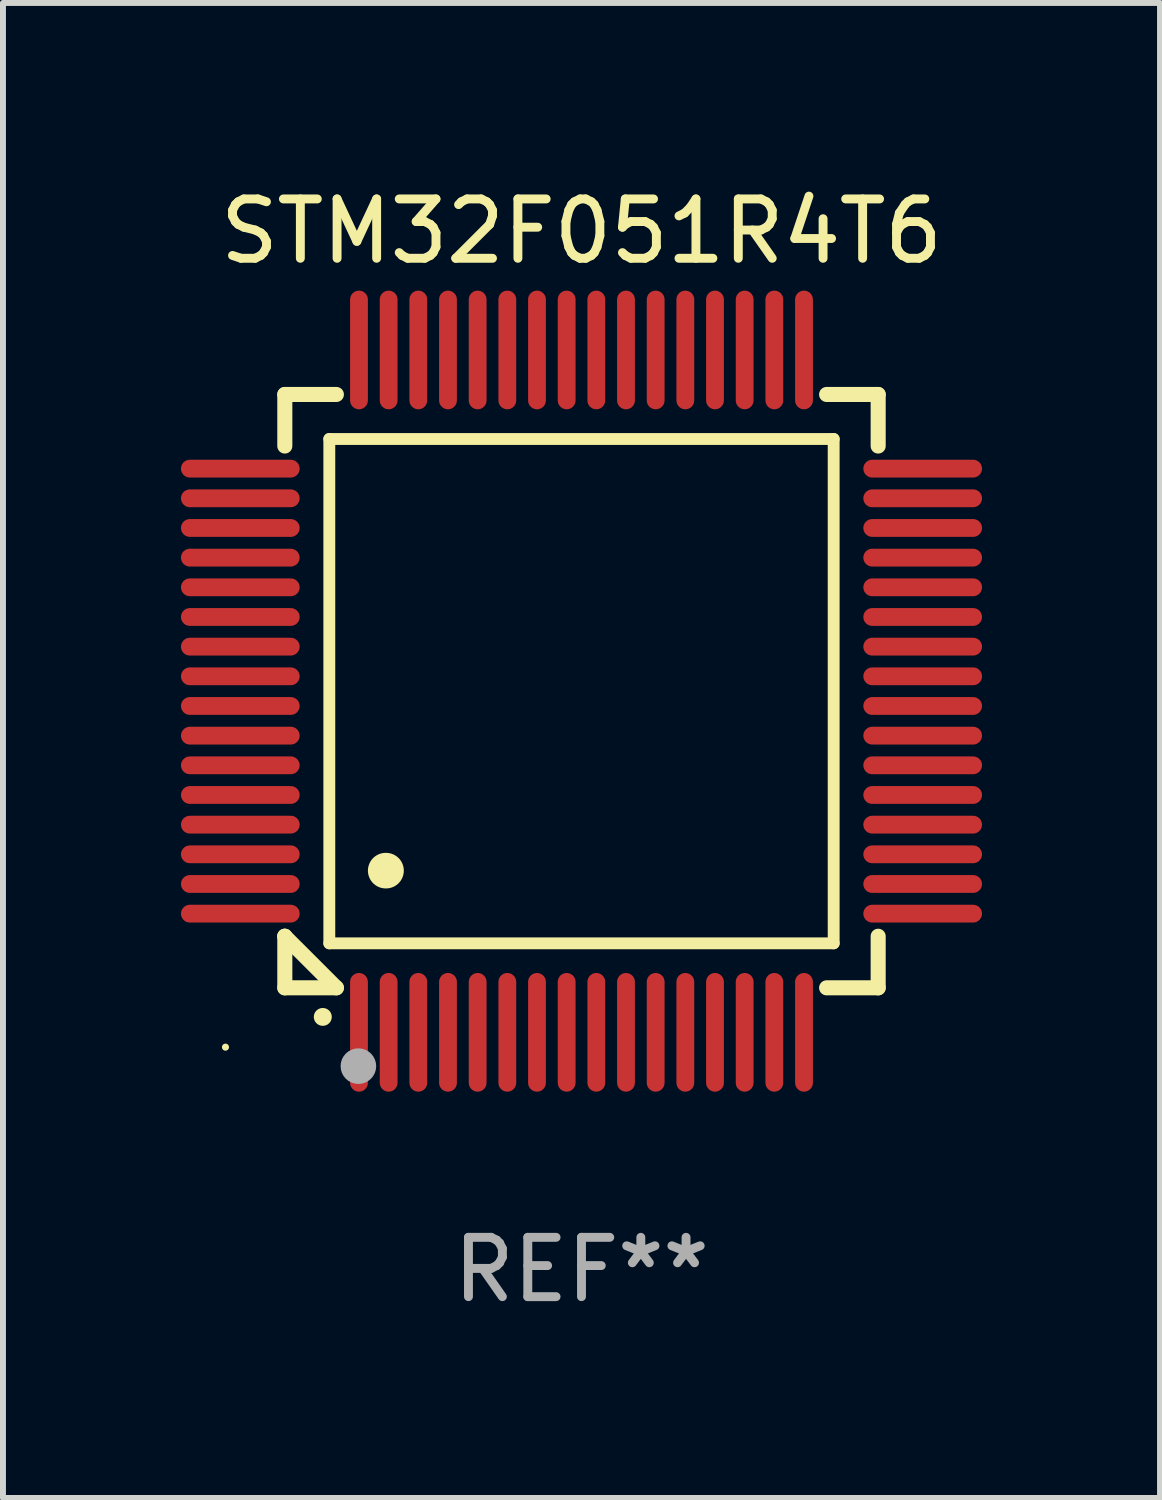
<source format=kicad_pcb>
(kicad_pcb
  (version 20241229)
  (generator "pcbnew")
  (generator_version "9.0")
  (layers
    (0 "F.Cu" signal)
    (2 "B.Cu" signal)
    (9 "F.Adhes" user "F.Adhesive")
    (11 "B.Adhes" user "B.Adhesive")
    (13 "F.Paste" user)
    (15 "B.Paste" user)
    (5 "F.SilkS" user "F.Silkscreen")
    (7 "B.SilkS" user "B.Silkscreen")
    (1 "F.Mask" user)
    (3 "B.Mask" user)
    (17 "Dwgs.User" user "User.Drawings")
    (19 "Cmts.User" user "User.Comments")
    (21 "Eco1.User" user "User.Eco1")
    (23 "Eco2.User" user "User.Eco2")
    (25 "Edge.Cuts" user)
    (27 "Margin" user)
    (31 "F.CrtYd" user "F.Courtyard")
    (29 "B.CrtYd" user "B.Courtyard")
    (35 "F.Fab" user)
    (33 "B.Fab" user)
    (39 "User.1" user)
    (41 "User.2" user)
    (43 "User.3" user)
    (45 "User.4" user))
  (footprint "STM32F051R4T6"
    (layer "F.Cu")
    (at 6.75 8.598)
    (property "Reference" "STM32F051R4T6" (at 0 -7.75 0) (layer "F.SilkS") (effects (font (size 1 1) (thickness 0.15))))
    (attr through_hole)
    (fp_line (start -5 -5) (end -4.131 -5) (stroke (width 0.254) (type solid)) (layer "F.SilkS"))
    (fp_line (start -5 -4.131) (end -5 -5) (stroke (width 0.254) (type solid)) (layer "F.SilkS"))
    (fp_line (start -5 4.131) (end -5 4.131) (stroke (width 0.254) (type solid)) (layer "F.SilkS"))
    (fp_line (start -5 5) (end -5 4.131) (stroke (width 0.254) (type solid)) (layer "F.SilkS"))
    (fp_line (start -5 4.131) (end -4.131 5) (stroke (width 0.254) (type solid)) (layer "F.SilkS"))
    (fp_line (start -4.25 -4.25) (end -4.25 4.25) (stroke (width 0.2) (type solid)) (layer "F.SilkS"))
    (fp_line (start -4.25 4.25) (end 4.25 4.25) (stroke (width 0.2) (type solid)) (layer "F.SilkS"))
    (fp_line (start -4.131 5) (end -5 5) (stroke (width 0.254) (type solid)) (layer "F.SilkS"))
    (fp_line (start 4.25 -4.25) (end -4.25 -4.25) (stroke (width 0.2) (type solid)) (layer "F.SilkS"))
    (fp_line (start 4.25 4.25) (end 4.25 -4.25) (stroke (width 0.2) (type solid)) (layer "F.SilkS"))
    (fp_line (start 5 -5) (end 4.131 -5) (stroke (width 0.254) (type solid)) (layer "F.SilkS"))
    (fp_line (start 5 -5) (end 5 -4.131) (stroke (width 0.254) (type solid)) (layer "F.SilkS"))
    (fp_line (start 5 4.131) (end 5 5) (stroke (width 0.254) (type solid)) (layer "F.SilkS"))
    (fp_line (start 5 5) (end 4.131 5) (stroke (width 0.254) (type solid)) (layer "F.SilkS"))
    (fp_arc (start -4.361265 5.489992) (mid -4.359995 5.489987) (end -4.358725 5.489992) (stroke (width 0.3) (type solid)) (layer "F.SilkS"))
    (fp_arc (start -3.299467 3.025146) (mid -3.296927 3.025135) (end -3.294387 3.025146) (stroke (width 0.6) (type solid)) (layer "F.SilkS"))
    (fp_circle (center -6 6) (end -5.97 6) (stroke (width 0.06) (type solid)) (fill no) (layer "F.SilkS"))
    (fp_circle (center -3.76 6.32) (end -3.61 6.32) (stroke (width 0.3) (type solid)) (fill no) (layer "F.Fab"))
    (fp_text user "REF**" (at 0 9.75 0) (layer "F.Fab") (effects (font (size 1 1) (thickness 0.15))))
    (pad "1" smd oval (at -3.75 5.75) (size 0.3 2) (layers "F.Cu" "F.Mask" "F.Paste"))
    (pad "2" smd oval (at -3.25 5.75) (size 0.3 2) (layers "F.Cu" "F.Mask" "F.Paste"))
    (pad "3" smd oval (at -2.75 5.75) (size 0.3 2) (layers "F.Cu" "F.Mask" "F.Paste"))
    (pad "4" smd oval (at -2.25 5.75) (size 0.3 2) (layers "F.Cu" "F.Mask" "F.Paste"))
    (pad "5" smd oval (at -1.75 5.75) (size 0.3 2) (layers "F.Cu" "F.Mask" "F.Paste"))
    (pad "6" smd oval (at -1.25 5.75) (size 0.3 2) (layers "F.Cu" "F.Mask" "F.Paste"))
    (pad "7" smd oval (at -0.75 5.75) (size 0.3 2) (layers "F.Cu" "F.Mask" "F.Paste"))
    (pad "8" smd oval (at -0.25 5.75) (size 0.3 2) (layers "F.Cu" "F.Mask" "F.Paste"))
    (pad "9" smd oval (at 0.25 5.75) (size 0.3 2) (layers "F.Cu" "F.Mask" "F.Paste"))
    (pad "10" smd oval (at 0.75 5.75) (size 0.3 2) (layers "F.Cu" "F.Mask" "F.Paste"))
    (pad "11" smd oval (at 1.25 5.75) (size 0.3 2) (layers "F.Cu" "F.Mask" "F.Paste"))
    (pad "12" smd oval (at 1.75 5.75) (size 0.3 2) (layers "F.Cu" "F.Mask" "F.Paste"))
    (pad "13" smd oval (at 2.25 5.75) (size 0.3 2) (layers "F.Cu" "F.Mask" "F.Paste"))
    (pad "14" smd oval (at 2.75 5.75) (size 0.3 2) (layers "F.Cu" "F.Mask" "F.Paste"))
    (pad "15" smd oval (at 3.25 5.75) (size 0.3 2) (layers "F.Cu" "F.Mask" "F.Paste"))
    (pad "16" smd oval (at 3.75 5.75) (size 0.3 2) (layers "F.Cu" "F.Mask" "F.Paste"))
    (pad "17" smd oval (at 5.75 3.75) (size 2 0.3) (layers "F.Cu" "F.Mask" "F.Paste"))
    (pad "18" smd oval (at 5.75 3.25) (size 2 0.3) (layers "F.Cu" "F.Mask" "F.Paste"))
    (pad "19" smd oval (at 5.75 2.75) (size 2 0.3) (layers "F.Cu" "F.Mask" "F.Paste"))
    (pad "20" smd oval (at 5.75 2.25) (size 2 0.3) (layers "F.Cu" "F.Mask" "F.Paste"))
    (pad "21" smd oval (at 5.75 1.75) (size 2 0.3) (layers "F.Cu" "F.Mask" "F.Paste"))
    (pad "22" smd oval (at 5.75 1.25) (size 2 0.3) (layers "F.Cu" "F.Mask" "F.Paste"))
    (pad "23" smd oval (at 5.75 0.75) (size 2 0.3) (layers "F.Cu" "F.Mask" "F.Paste"))
    (pad "24" smd oval (at 5.75 0.25) (size 2 0.3) (layers "F.Cu" "F.Mask" "F.Paste"))
    (pad "25" smd oval (at 5.75 -0.25) (size 2 0.3) (layers "F.Cu" "F.Mask" "F.Paste"))
    (pad "26" smd oval (at 5.75 -0.75) (size 2 0.3) (layers "F.Cu" "F.Mask" "F.Paste"))
    (pad "27" smd oval (at 5.75 -1.25) (size 2 0.3) (layers "F.Cu" "F.Mask" "F.Paste"))
    (pad "28" smd oval (at 5.75 -1.75) (size 2 0.3) (layers "F.Cu" "F.Mask" "F.Paste"))
    (pad "29" smd oval (at 5.75 -2.25) (size 2 0.3) (layers "F.Cu" "F.Mask" "F.Paste"))
    (pad "30" smd oval (at 5.75 -2.75) (size 2 0.3) (layers "F.Cu" "F.Mask" "F.Paste"))
    (pad "31" smd oval (at 5.75 -3.25) (size 2 0.3) (layers "F.Cu" "F.Mask" "F.Paste"))
    (pad "32" smd oval (at 5.75 -3.75) (size 2 0.3) (layers "F.Cu" "F.Mask" "F.Paste"))
    (pad "33" smd oval (at 3.75 -5.75) (size 0.3 2) (layers "F.Cu" "F.Mask" "F.Paste"))
    (pad "34" smd oval (at 3.25 -5.75) (size 0.3 2) (layers "F.Cu" "F.Mask" "F.Paste"))
    (pad "35" smd oval (at 2.75 -5.75) (size 0.3 2) (layers "F.Cu" "F.Mask" "F.Paste"))
    (pad "36" smd oval (at 2.25 -5.75) (size 0.3 2) (layers "F.Cu" "F.Mask" "F.Paste"))
    (pad "37" smd oval (at 1.75 -5.75) (size 0.3 2) (layers "F.Cu" "F.Mask" "F.Paste"))
    (pad "38" smd oval (at 1.25 -5.75) (size 0.3 2) (layers "F.Cu" "F.Mask" "F.Paste"))
    (pad "39" smd oval (at 0.75 -5.75) (size 0.3 2) (layers "F.Cu" "F.Mask" "F.Paste"))
    (pad "40" smd oval (at 0.25 -5.75) (size 0.3 2) (layers "F.Cu" "F.Mask" "F.Paste"))
    (pad "41" smd oval (at -0.25 -5.75) (size 0.3 2) (layers "F.Cu" "F.Mask" "F.Paste"))
    (pad "42" smd oval (at -0.75 -5.75) (size 0.3 2) (layers "F.Cu" "F.Mask" "F.Paste"))
    (pad "43" smd oval (at -1.25 -5.75) (size 0.3 2) (layers "F.Cu" "F.Mask" "F.Paste"))
    (pad "44" smd oval (at -1.75 -5.75) (size 0.3 2) (layers "F.Cu" "F.Mask" "F.Paste"))
    (pad "45" smd oval (at -2.25 -5.75) (size 0.3 2) (layers "F.Cu" "F.Mask" "F.Paste"))
    (pad "46" smd oval (at -2.75 -5.75) (size 0.3 2) (layers "F.Cu" "F.Mask" "F.Paste"))
    (pad "47" smd oval (at -3.25 -5.75) (size 0.3 2) (layers "F.Cu" "F.Mask" "F.Paste"))
    (pad "48" smd oval (at -3.75 -5.75) (size 0.3 2) (layers "F.Cu" "F.Mask" "F.Paste"))
    (pad "49" smd oval (at -5.75 -3.75) (size 2 0.3) (layers "F.Cu" "F.Mask" "F.Paste"))
    (pad "50" smd oval (at -5.75 -3.25) (size 2 0.3) (layers "F.Cu" "F.Mask" "F.Paste"))
    (pad "51" smd oval (at -5.75 -2.75) (size 2 0.3) (layers "F.Cu" "F.Mask" "F.Paste"))
    (pad "52" smd oval (at -5.75 -2.25) (size 2 0.3) (layers "F.Cu" "F.Mask" "F.Paste"))
    (pad "53" smd oval (at -5.75 -1.75) (size 2 0.3) (layers "F.Cu" "F.Mask" "F.Paste"))
    (pad "54" smd oval (at -5.75 -1.25) (size 2 0.3) (layers "F.Cu" "F.Mask" "F.Paste"))
    (pad "55" smd oval (at -5.75 -0.75) (size 2 0.3) (layers "F.Cu" "F.Mask" "F.Paste"))
    (pad "56" smd oval (at -5.75 -0.25) (size 2 0.3) (layers "F.Cu" "F.Mask" "F.Paste"))
    (pad "57" smd oval (at -5.75 0.25) (size 2 0.3) (layers "F.Cu" "F.Mask" "F.Paste"))
    (pad "58" smd oval (at -5.75 0.75) (size 2 0.3) (layers "F.Cu" "F.Mask" "F.Paste"))
    (pad "59" smd oval (at -5.75 1.25) (size 2 0.3) (layers "F.Cu" "F.Mask" "F.Paste"))
    (pad "60" smd oval (at -5.75 1.75) (size 2 0.3) (layers "F.Cu" "F.Mask" "F.Paste"))
    (pad "61" smd oval (at -5.75 2.25) (size 2 0.3) (layers "F.Cu" "F.Mask" "F.Paste"))
    (pad "62" smd oval (at -5.75 2.75) (size 2 0.3) (layers "F.Cu" "F.Mask" "F.Paste"))
    (pad "63" smd oval (at -5.75 3.25) (size 2 0.3) (layers "F.Cu" "F.Mask" "F.Paste"))
    (pad "64" smd oval (at -5.75 3.75) (size 2 0.3) (layers "F.Cu" "F.Mask" "F.Paste")))
  (gr_rect
    (start -3 -3)
    (end 16.5 22.196)
    (stroke (width 0.1) (type default))
    (fill no)
    (layer "Edge.Cuts")))
</source>
